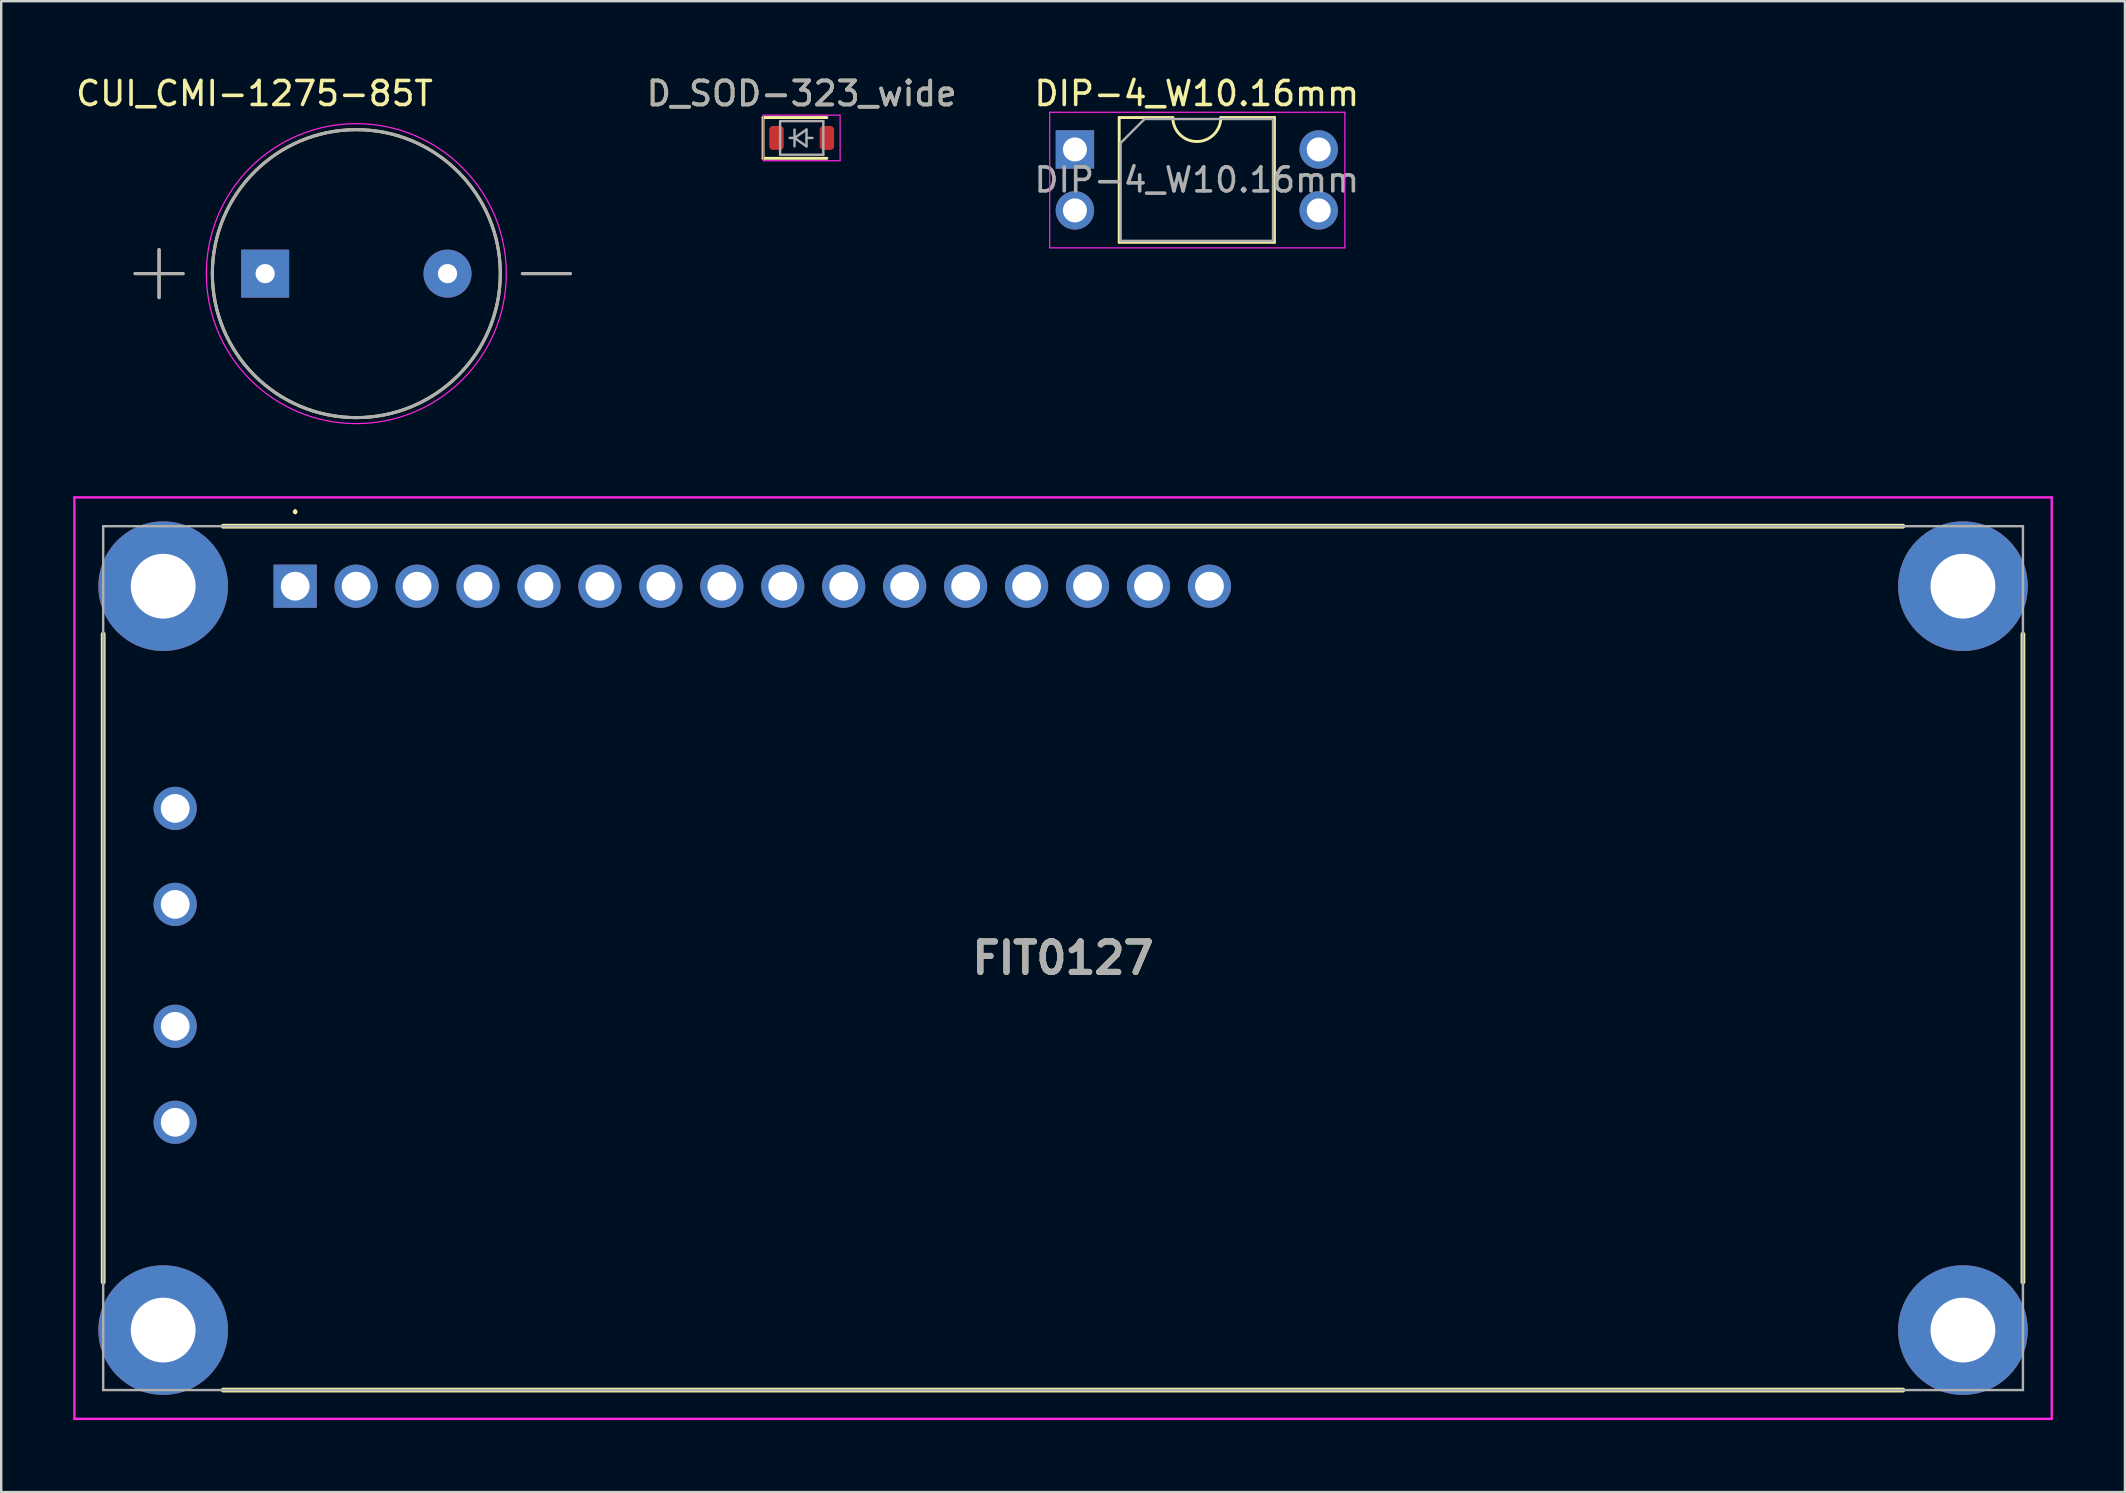
<source format=kicad_pcb>
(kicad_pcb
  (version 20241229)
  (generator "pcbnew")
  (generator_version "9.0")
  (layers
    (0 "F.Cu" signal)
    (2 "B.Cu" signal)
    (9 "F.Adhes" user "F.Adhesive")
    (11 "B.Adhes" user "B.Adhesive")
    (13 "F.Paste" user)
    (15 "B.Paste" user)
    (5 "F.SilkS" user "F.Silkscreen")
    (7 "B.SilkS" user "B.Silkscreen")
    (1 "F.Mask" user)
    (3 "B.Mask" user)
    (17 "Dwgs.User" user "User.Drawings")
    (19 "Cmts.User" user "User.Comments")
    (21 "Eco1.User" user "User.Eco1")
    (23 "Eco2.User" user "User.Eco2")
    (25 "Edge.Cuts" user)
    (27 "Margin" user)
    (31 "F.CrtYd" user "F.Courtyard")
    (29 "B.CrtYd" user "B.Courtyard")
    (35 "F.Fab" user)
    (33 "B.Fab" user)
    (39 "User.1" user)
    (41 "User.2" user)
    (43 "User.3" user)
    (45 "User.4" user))
  (footprint "CUI_CMI-1275-85T"
    (layer "F.Cu")
    (at 11.799 8.353)
    (property "Reference" "CUI_CMI-1275-85T" (at -4.245 -7.505 0) (layer "F.SilkS") (effects (font (size 1 1) (thickness 0.15))))
    (attr through_hole)
    (fp_line (start -9.22 0) (end -7.22 0) (stroke (width 0.127) (type solid)) (layer "F.SilkS"))
    (fp_line (start -8.22 -1) (end -8.22 1) (stroke (width 0.127) (type solid)) (layer "F.SilkS"))
    (fp_line (start 6.92 0) (end 8.92 0) (stroke (width 0.127) (type solid)) (layer "F.SilkS"))
    (fp_circle (center 0 0) (end 6 0) (stroke (width 0.127) (type solid)) (fill no) (layer "F.SilkS"))
    (fp_circle (center 0 0) (end 6.25 0) (stroke (width 0.05) (type solid)) (fill no) (layer "F.CrtYd"))
    (fp_line (start -9.22 0) (end -7.22 0) (stroke (width 0.127) (type solid)) (layer "F.Fab"))
    (fp_line (start -8.22 -1) (end -8.22 1) (stroke (width 0.127) (type solid)) (layer "F.Fab"))
    (fp_line (start 6.92 0) (end 8.92 0) (stroke (width 0.127) (type solid)) (layer "F.Fab"))
    (fp_circle (center 0 0) (end 6 0) (stroke (width 0.127) (type solid)) (fill no) (layer "F.Fab"))
    (pad "1" thru_hole rect (at -3.8 0) (size 2 2) (drill 0.8) (layers "*.Cu" "*.Mask"))
    (pad "2" thru_hole circle (at 3.8 0) (size 2 2) (drill 0.8) (layers "*.Cu" "*.Mask")))
  (footprint "DIP-4_W10.16mm"
    (layer "F.Cu")
    (at 41.744 3.178)
    (property "Reference" "DIP-4_W10.16mm" (at 5.08 -2.33 0) (layer "F.SilkS") (effects (font (size 1 1) (thickness 0.15))))
    (attr through_hole)
    (fp_line (start 1.845 -1.33) (end 1.845 3.87) (stroke (width 0.12) (type solid)) (layer "F.SilkS"))
    (fp_line (start 1.845 3.87) (end 8.315 3.87) (stroke (width 0.12) (type solid)) (layer "F.SilkS"))
    (fp_line (start 4.08 -1.33) (end 1.845 -1.33) (stroke (width 0.12) (type solid)) (layer "F.SilkS"))
    (fp_line (start 8.315 -1.33) (end 6.08 -1.33) (stroke (width 0.12) (type solid)) (layer "F.SilkS"))
    (fp_line (start 8.315 3.87) (end 8.315 -1.33) (stroke (width 0.12) (type solid)) (layer "F.SilkS"))
    (fp_arc (start 6.08 -1.33) (mid 5.08 -0.33) (end 4.08 -1.33) (stroke (width 0.12) (type solid)) (layer "F.SilkS"))
    (fp_line (start -1.05 -1.55) (end -1.05 4.1) (stroke (width 0.05) (type solid)) (layer "F.CrtYd"))
    (fp_line (start -1.05 4.1) (end 11.25 4.1) (stroke (width 0.05) (type solid)) (layer "F.CrtYd"))
    (fp_line (start 11.25 -1.55) (end -1.05 -1.55) (stroke (width 0.05) (type solid)) (layer "F.CrtYd"))
    (fp_line (start 11.25 4.1) (end 11.25 -1.55) (stroke (width 0.05) (type solid)) (layer "F.CrtYd"))
    (fp_line (start 1.905 -0.27) (end 2.905 -1.27) (stroke (width 0.1) (type solid)) (layer "F.Fab"))
    (fp_line (start 1.905 3.81) (end 1.905 -0.27) (stroke (width 0.1) (type solid)) (layer "F.Fab"))
    (fp_line (start 2.905 -1.27) (end 8.255 -1.27) (stroke (width 0.1) (type solid)) (layer "F.Fab"))
    (fp_line (start 8.255 -1.27) (end 8.255 3.81) (stroke (width 0.1) (type solid)) (layer "F.Fab"))
    (fp_line (start 8.255 3.81) (end 1.905 3.81) (stroke (width 0.1) (type solid)) (layer "F.Fab"))
    (fp_text user "${REFERENCE}" (at 5.08 1.27 0) (layer "F.Fab") (effects (font (size 1 1) (thickness 0.15))))
    (pad "1" thru_hole rect (at 0 0) (size 1.6 1.6) (drill 1) (layers "*.Cu" "*.Mask"))
    (pad "2" thru_hole oval (at 0 2.54) (size 1.6 1.6) (drill 1) (layers "*.Cu" "*.Mask"))
    (pad "3" thru_hole oval (at 10.16 2.54) (size 1.6 1.6) (drill 1) (layers "*.Cu" "*.Mask"))
    (pad "4" thru_hole oval (at 10.16 0) (size 1.6 1.6) (drill 1) (layers "*.Cu" "*.Mask")))
  (footprint "FIT0127"
    (layer "F.Cu")
    (at 9.25 21.378)
    (property "Reference" "FIT0127" (at 32 15.5 0) (layer "F.SilkS") (effects (font (size 1.27 1.27) (thickness 0.254))))
    (attr through_hole)
    (fp_line (start -8 2) (end -8 29) (stroke (width 0.2) (type solid)) (layer "F.SilkS"))
    (fp_line (start -3 -2.5) (end 67 -2.5) (stroke (width 0.2) (type solid)) (layer "F.SilkS"))
    (fp_line (start -3 33.5) (end 67 33.5) (stroke (width 0.2) (type solid)) (layer "F.SilkS"))
    (fp_line (start 0 -3.15) (end 0 -3.15) (stroke (width 0.1) (type solid)) (layer "F.SilkS"))
    (fp_line (start 0 -3.05) (end 0 -3.05) (stroke (width 0.1) (type solid)) (layer "F.SilkS"))
    (fp_line (start 72 2) (end 72 29) (stroke (width 0.2) (type solid)) (layer "F.SilkS"))
    (fp_arc (start 0 -3.15) (mid 0.05 -3.1) (end 0 -3.05) (stroke (width 0.1) (type solid)) (layer "F.SilkS"))
    (fp_arc (start 0 -3.05) (mid -0.05 -3.1) (end 0 -3.15) (stroke (width 0.1) (type solid)) (layer "F.SilkS"))
    (fp_line (start -9.2 -3.7) (end 73.2 -3.7) (stroke (width 0.1) (type solid)) (layer "F.CrtYd"))
    (fp_line (start -9.2 34.7) (end -9.2 -3.7) (stroke (width 0.1) (type solid)) (layer "F.CrtYd"))
    (fp_line (start 73.2 -3.7) (end 73.2 34.7) (stroke (width 0.1) (type solid)) (layer "F.CrtYd"))
    (fp_line (start 73.2 34.7) (end -9.2 34.7) (stroke (width 0.1) (type solid)) (layer "F.CrtYd"))
    (fp_line (start -8 -2.5) (end 72 -2.5) (stroke (width 0.1) (type solid)) (layer "F.Fab"))
    (fp_line (start -8 33.5) (end -8 -2.5) (stroke (width 0.1) (type solid)) (layer "F.Fab"))
    (fp_line (start 72 -2.5) (end 72 33.5) (stroke (width 0.1) (type solid)) (layer "F.Fab"))
    (fp_line (start 72 33.5) (end -8 33.5) (stroke (width 0.1) (type solid)) (layer "F.Fab"))
    (fp_text user "${REFERENCE}" (at 32 15.5 0) (layer "F.Fab") (effects (font (size 1.27 1.27) (thickness 0.254))))
    (pad "1" thru_hole rect (at 0 0) (size 1.8 1.8) (drill 1.2) (layers "*.Cu" "*.Mask"))
    (pad "2" thru_hole circle (at 2.54 0) (size 1.8 1.8) (drill 1.2) (layers "*.Cu" "*.Mask"))
    (pad "3" thru_hole circle (at 5.08 0) (size 1.8 1.8) (drill 1.2) (layers "*.Cu" "*.Mask"))
    (pad "4" thru_hole circle (at 7.62 0) (size 1.8 1.8) (drill 1.2) (layers "*.Cu" "*.Mask"))
    (pad "5" thru_hole circle (at 10.16 0) (size 1.8 1.8) (drill 1.2) (layers "*.Cu" "*.Mask"))
    (pad "6" thru_hole circle (at 12.7 0) (size 1.8 1.8) (drill 1.2) (layers "*.Cu" "*.Mask"))
    (pad "7" thru_hole circle (at 15.24 0) (size 1.8 1.8) (drill 1.2) (layers "*.Cu" "*.Mask"))
    (pad "8" thru_hole circle (at 17.78 0) (size 1.8 1.8) (drill 1.2) (layers "*.Cu" "*.Mask"))
    (pad "9" thru_hole circle (at 20.32 0) (size 1.8 1.8) (drill 1.2) (layers "*.Cu" "*.Mask"))
    (pad "10" thru_hole circle (at 22.86 0) (size 1.8 1.8) (drill 1.2) (layers "*.Cu" "*.Mask"))
    (pad "11" thru_hole circle (at 25.4 0) (size 1.8 1.8) (drill 1.2) (layers "*.Cu" "*.Mask"))
    (pad "12" thru_hole circle (at 27.94 0) (size 1.8 1.8) (drill 1.2) (layers "*.Cu" "*.Mask"))
    (pad "13" thru_hole circle (at 30.48 0) (size 1.8 1.8) (drill 1.2) (layers "*.Cu" "*.Mask"))
    (pad "14" thru_hole circle (at 33.02 0) (size 1.8 1.8) (drill 1.2) (layers "*.Cu" "*.Mask"))
    (pad "15" thru_hole circle (at 35.56 0) (size 1.8 1.8) (drill 1.2) (layers "*.Cu" "*.Mask"))
    (pad "16" thru_hole circle (at 38.1 0) (size 1.8 1.8) (drill 1.2) (layers "*.Cu" "*.Mask"))
    (pad "17" thru_hole circle (at -5 9.26) (size 1.8 1.8) (drill 1.2) (layers "*.Cu" "*.Mask"))
    (pad "18" thru_hole circle (at -5 13.26) (size 1.8 1.8) (drill 1.2) (layers "*.Cu" "*.Mask"))
    (pad "19" thru_hole circle (at -5 18.34) (size 1.8 1.8) (drill 1.2) (layers "*.Cu" "*.Mask"))
    (pad "20" thru_hole circle (at -5 22.34) (size 1.8 1.8) (drill 1.2) (layers "*.Cu" "*.Mask"))
    (pad "21" thru_hole circle (at -5.5 0) (size 5.4 5.4) (drill 2.7) (layers "*.Cu" "*.Mask"))
    (pad "22" thru_hole circle (at 69.5 0) (size 5.4 5.4) (drill 2.7) (layers "*.Cu" "*.Mask"))
    (pad "23" thru_hole circle (at -5.5 31) (size 5.4 5.4) (drill 2.7) (layers "*.Cu" "*.Mask"))
    (pad "24" thru_hole circle (at 69.5 31) (size 5.4 5.4) (drill 2.7) (layers "*.Cu" "*.Mask")))
  (footprint "D_SOD-323_wide"
    (layer "F.Cu")
    (at 30.359 2.698)
    (property "Reference" "D_SOD-323_wide" (at 0 -1.85 0) (layer "F.SilkS") (effects (font (size 1 1) (thickness 0.15))))
    (attr smd)
    (fp_line (start -1.61 -0.85) (end -1.61 0.85) (stroke (width 0.12) (type solid)) (layer "F.SilkS"))
    (fp_line (start -1.61 -0.85) (end 1.05 -0.85) (stroke (width 0.12) (type solid)) (layer "F.SilkS"))
    (fp_line (start -1.61 0.85) (end 1.05 0.85) (stroke (width 0.12) (type solid)) (layer "F.SilkS"))
    (fp_line (start -1.6 -0.95) (end -1.6 0.95) (stroke (width 0.05) (type solid)) (layer "F.CrtYd"))
    (fp_line (start -1.6 -0.95) (end 1.6 -0.95) (stroke (width 0.05) (type solid)) (layer "F.CrtYd"))
    (fp_line (start -1.6 0.95) (end 1.6 0.95) (stroke (width 0.05) (type solid)) (layer "F.CrtYd"))
    (fp_line (start 1.6 -0.95) (end 1.6 0.95) (stroke (width 0.05) (type solid)) (layer "F.CrtYd"))
    (fp_line (start -0.9 -0.7) (end 0.9 -0.7) (stroke (width 0.1) (type solid)) (layer "F.Fab"))
    (fp_line (start -0.9 0.7) (end -0.9 -0.7) (stroke (width 0.1) (type solid)) (layer "F.Fab"))
    (fp_line (start -0.3 -0.35) (end -0.3 0.35) (stroke (width 0.1) (type solid)) (layer "F.Fab"))
    (fp_line (start -0.3 0) (end -0.5 0) (stroke (width 0.1) (type solid)) (layer "F.Fab"))
    (fp_line (start -0.3 0) (end 0.2 -0.35) (stroke (width 0.1) (type solid)) (layer "F.Fab"))
    (fp_line (start 0.2 -0.35) (end 0.2 0.35) (stroke (width 0.1) (type solid)) (layer "F.Fab"))
    (fp_line (start 0.2 0) (end 0.45 0) (stroke (width 0.1) (type solid)) (layer "F.Fab"))
    (fp_line (start 0.2 0.35) (end -0.3 0) (stroke (width 0.1) (type solid)) (layer "F.Fab"))
    (fp_line (start 0.9 -0.7) (end 0.9 0.7) (stroke (width 0.1) (type solid)) (layer "F.Fab"))
    (fp_line (start 0.9 0.7) (end -0.9 0.7) (stroke (width 0.1) (type solid)) (layer "F.Fab"))
    (fp_text user "${REFERENCE}" (at 0 -1.85 0) (layer "F.Fab") (effects (font (size 1 1) (thickness 0.15))))
    (pad "1" smd roundrect (at -1.05 0) (size 0.6 1) (layers "F.Cu" "F.Mask" "F.Paste") (roundrect_rratio 0.25))
    (pad "2" smd roundrect (at 1.05 0) (size 0.6 1) (layers "F.Cu" "F.Mask" "F.Paste") (roundrect_rratio 0.25)))
  (gr_rect
    (start -3 -3)
    (end 85.5 59.128)
    (stroke (width 0.1) (type default))
    (fill no)
    (layer "Edge.Cuts")))
</source>
